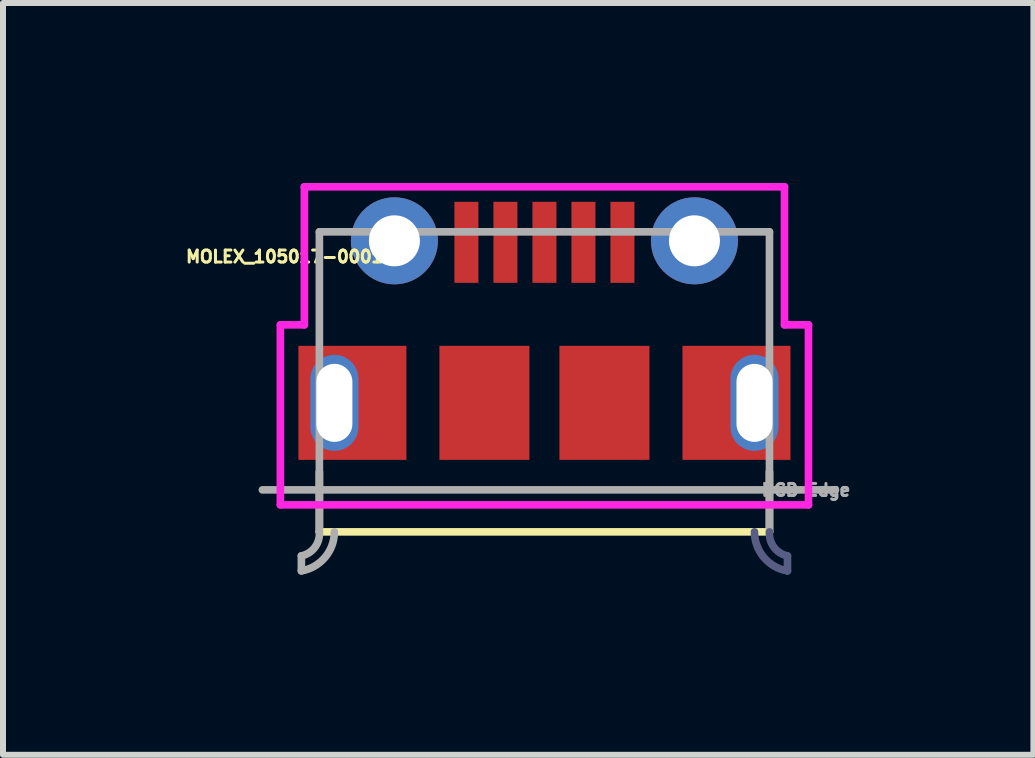
<source format=kicad_pcb>
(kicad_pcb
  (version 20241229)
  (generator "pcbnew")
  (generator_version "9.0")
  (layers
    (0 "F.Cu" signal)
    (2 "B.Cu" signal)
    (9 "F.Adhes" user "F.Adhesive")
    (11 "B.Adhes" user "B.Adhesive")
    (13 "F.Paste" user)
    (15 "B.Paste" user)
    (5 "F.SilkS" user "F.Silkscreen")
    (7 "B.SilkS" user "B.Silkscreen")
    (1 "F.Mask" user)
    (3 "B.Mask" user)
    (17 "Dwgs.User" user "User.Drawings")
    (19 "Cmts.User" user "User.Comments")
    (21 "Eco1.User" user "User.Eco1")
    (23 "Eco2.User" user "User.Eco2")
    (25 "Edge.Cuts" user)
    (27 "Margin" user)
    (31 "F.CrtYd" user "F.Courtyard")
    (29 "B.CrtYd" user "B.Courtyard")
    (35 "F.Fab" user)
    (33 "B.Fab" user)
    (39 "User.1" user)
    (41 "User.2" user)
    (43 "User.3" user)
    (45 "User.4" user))
  (footprint "MOLEX_105017-0001"
    (layer "F.Cu")
    (at 6.022 3.663)
    (property "Reference" "MOLEX_105017-0001" (at -4.329 -2.436 180) (layer "F.SilkS") (effects (font (size 0.2 0.2) (thickness 0.15))))
    (attr through_hole)
    (fp_line (start -3.75 1.15) (end -3.75 2.15) (stroke (width 0.127) (type solid)) (layer "F.SilkS"))
    (fp_line (start -3.75 2.15) (end 3.75 2.15) (stroke (width 0.127) (type solid)) (layer "F.SilkS"))
    (fp_line (start 3.75 1.15) (end 3.75 2.15) (stroke (width 0.127) (type solid)) (layer "F.SilkS"))
    (fp_line (start -4.4 -1.3) (end -4.4 1.7) (stroke (width 0.127) (type solid)) (layer "F.CrtYd"))
    (fp_line (start -4.4 1.7) (end 4.4 1.7) (stroke (width 0.127) (type solid)) (layer "F.CrtYd"))
    (fp_line (start -4 -3.6) (end -4 -1.3) (stroke (width 0.127) (type solid)) (layer "F.CrtYd"))
    (fp_line (start -4 -1.3) (end -4.4 -1.3) (stroke (width 0.127) (type solid)) (layer "F.CrtYd"))
    (fp_line (start 4 -3.6) (end -4 -3.6) (stroke (width 0.127) (type solid)) (layer "F.CrtYd"))
    (fp_line (start 4 -1.3) (end 4 -3.6) (stroke (width 0.127) (type solid)) (layer "F.CrtYd"))
    (fp_line (start 4.4 -1.3) (end 4 -1.3) (stroke (width 0.127) (type solid)) (layer "F.CrtYd"))
    (fp_line (start 4.4 1.7) (end 4.4 -1.3) (stroke (width 0.127) (type solid)) (layer "F.CrtYd"))
    (fp_line (start 4.05 2.55) (end 4.05 2.8) (stroke (width 0.127) (type solid)) (layer "B.Fab"))
    (fp_arc (start 4.05 2.55) (mid 3.824721 2.406459) (end 3.75 2.15) (stroke (width 0.127) (type solid)) (layer "B.Fab"))
    (fp_arc (start 4.05 2.8) (mid 3.65671 2.575092) (end 3.5 2.15) (stroke (width 0.127) (type solid)) (layer "B.Fab"))
    (fp_line (start -4.7 1.45) (end 4.85 1.45) (stroke (width 0.127) (type solid)) (layer "F.Fab"))
    (fp_line (start -4.05 2.55) (end -4.05 2.8) (stroke (width 0.127) (type solid)) (layer "F.Fab"))
    (fp_line (start -3.75 -2.85) (end -3.75 2.15) (stroke (width 0.127) (type solid)) (layer "F.Fab"))
    (fp_line (start 3.75 -2.85) (end -3.75 -2.85) (stroke (width 0.127) (type solid)) (layer "F.Fab"))
    (fp_line (start 3.75 2.15) (end 3.75 -2.85) (stroke (width 0.127) (type solid)) (layer "F.Fab"))
    (fp_arc (start -3.75 2.15) (mid -3.824721 2.406459) (end -4.05 2.55) (stroke (width 0.127) (type solid)) (layer "F.Fab"))
    (fp_arc (start -3.5 2.15) (mid -3.65671 2.575092) (end -4.05 2.8) (stroke (width 0.127) (type solid)) (layer "F.Fab"))
    (fp_text user "PCB Edge" (at 4.358 1.453 0) (layer "F.Fab") (effects (font (size 0.2 0.2) (thickness 0.15))))
    (pad "1" smd rect (at -1.3 -2.675) (size 0.4 1.35) (layers "F.Cu" "F.Mask" "F.Paste"))
    (pad "2" smd rect (at -0.65 -2.675) (size 0.4 1.35) (layers "F.Cu" "F.Mask" "F.Paste"))
    (pad "3" smd rect (at 0 -2.675) (size 0.4 1.35) (layers "F.Cu" "F.Mask" "F.Paste"))
    (pad "4" smd rect (at 0.65 -2.675) (size 0.4 1.35) (layers "F.Cu" "F.Mask" "F.Paste"))
    (pad "5" smd rect (at 1.3 -2.675) (size 0.4 1.35) (layers "F.Cu" "F.Mask" "F.Paste"))
    (pad "6" thru_hole oval (at -3.5 0) (size 0.8 1.6) (drill oval 0.6 1.3) (layers "*.Cu" "*.Mask"))
    (pad "6" smd rect (at -3.2 0) (size 1.8 1.9) (layers "F.Cu" "F.Mask" "F.Paste"))
    (pad "6" smd rect (at -1 0) (size 1.5 1.9) (layers "F.Cu" "F.Mask" "F.Paste"))
    (pad "6" smd rect (at 1 0) (size 1.5 1.9) (layers "F.Cu" "F.Mask" "F.Paste"))
    (pad "6" smd rect (at 3.2 0) (size 1.8 1.9) (layers "F.Cu" "F.Mask" "F.Paste"))
    (pad "6" thru_hole oval (at 3.5 0) (size 0.8 1.6) (drill oval 0.6 1.3) (layers "*.Cu" "*.Mask"))
    (pad "7" thru_hole circle (at -2.5 -2.7) (size 1.45 1.45) (drill 0.85) (layers "*.Cu" "*.Mask"))
    (pad "7" thru_hole circle (at 2.5 -2.7) (size 1.45 1.45) (drill 0.85) (layers "*.Cu" "*.Mask")))
  (gr_rect
    (start -3 -3)
    (end 14.17 9.527)
    (stroke (width 0.1) (type default))
    (fill no)
    (layer "Edge.Cuts")))
</source>
